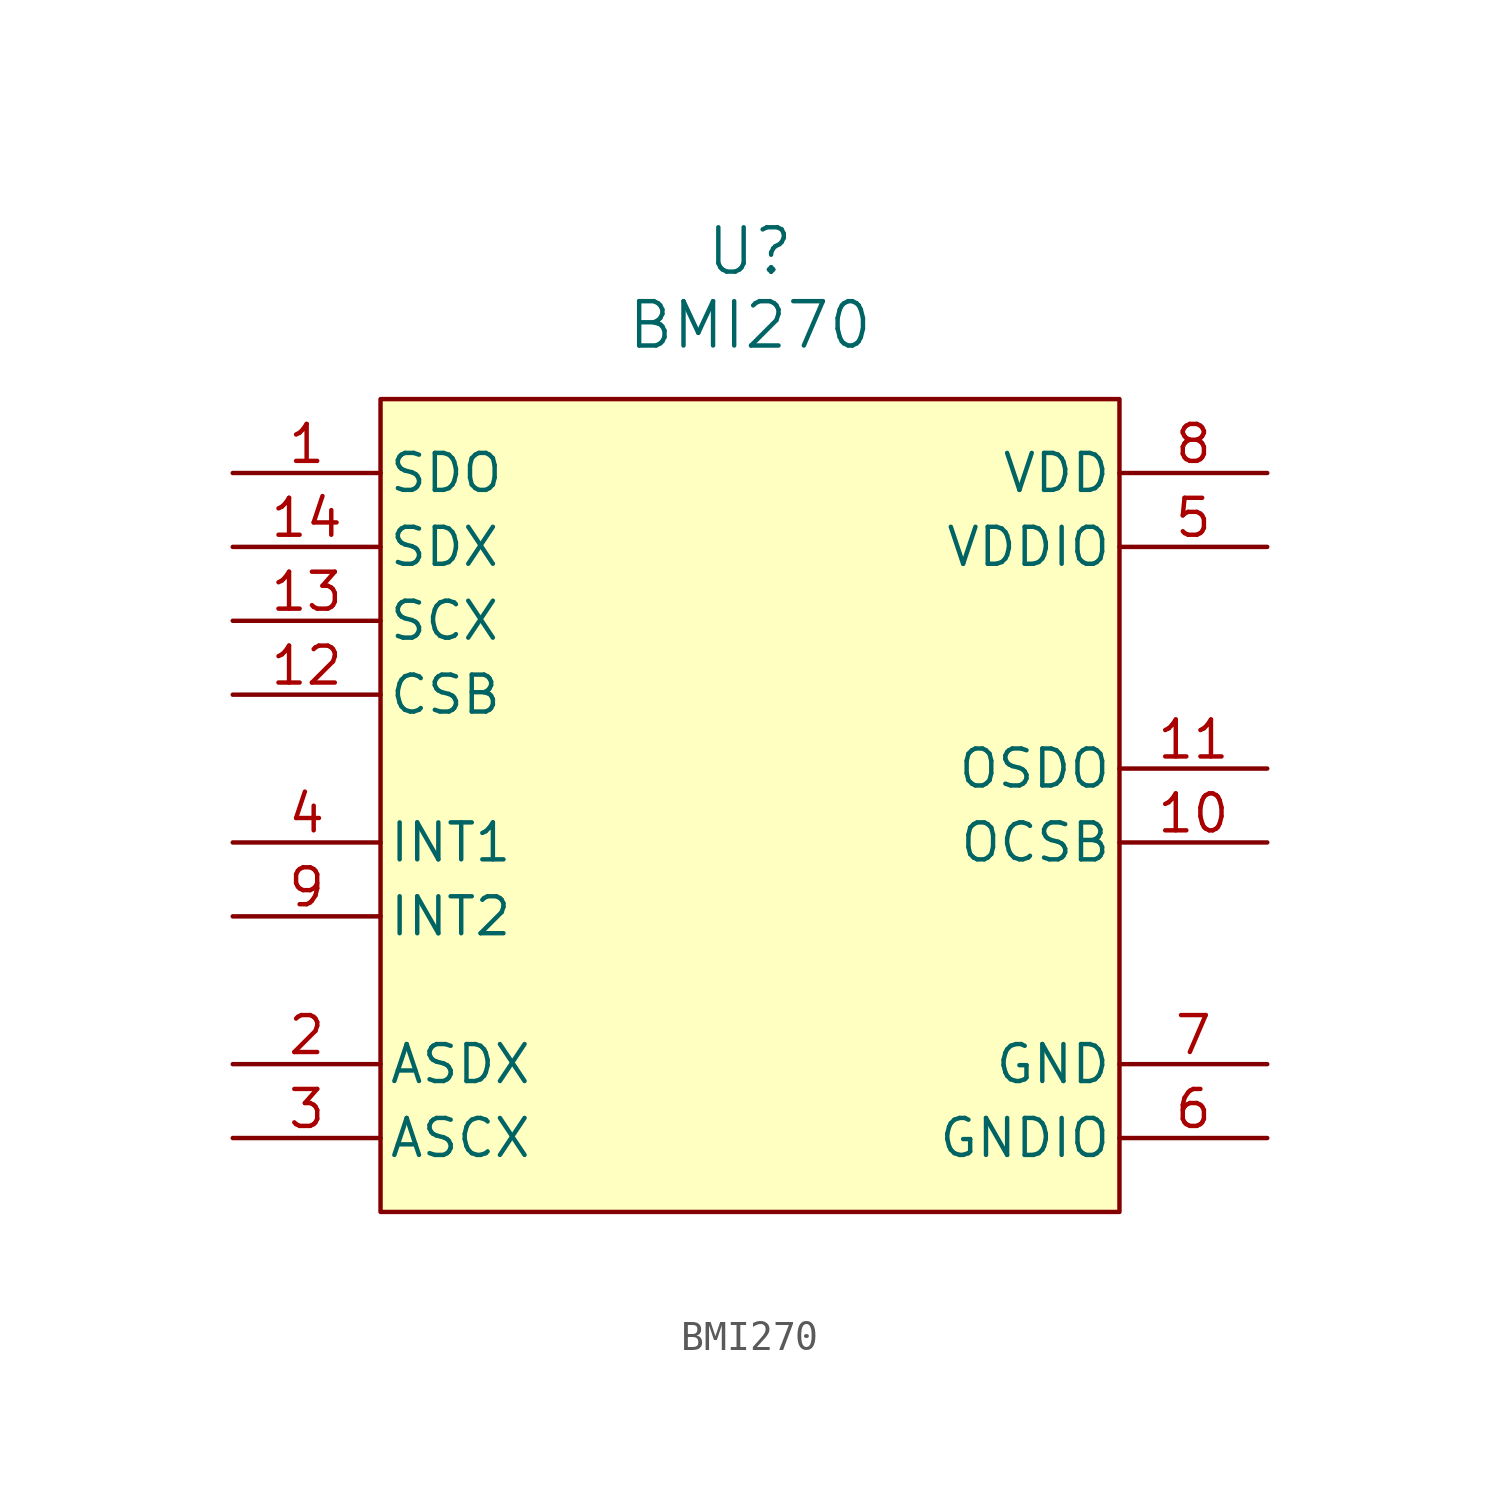
<source format=kicad_sym>
(kicad_symbol_lib
  (version 20220914)
  (generator kicad_symbol_editor)
  (symbol "BMI270"
    (pin_names
      (offset 0.254))
    (property "Reference" "U"
      (at 0 19.05 0)
      (effects (font (size 1.524 1.524))))
    (property "Value" "BMI270"
      (at 0 16.51 0)
      (effects (font (size 1.524 1.524))))
    (symbol "BMI270_0_1"
      (pin bidirectional line (at -17.78 11.43 0) (length 5.08) (name "SDO" (effects (font (size 1.27 1.27)))) (number "1" (effects (font (size 1.27 1.27)))))
      (pin input line (at 17.78 -1.27 180) (length 5.08) (name "OCSB" (effects (font (size 1.27 1.27)))) (number "10" (effects (font (size 1.27 1.27)))))
      (pin output line (at 17.78 1.27 180) (length 5.08) (name "OSDO" (effects (font (size 1.27 1.27)))) (number "11" (effects (font (size 1.27 1.27)))))
      (pin input line (at -17.78 3.81 0) (length 5.08) (name "CSB" (effects (font (size 1.27 1.27)))) (number "12" (effects (font (size 1.27 1.27)))))
      (pin input line (at -17.78 6.35 0) (length 5.08) (name "SCX" (effects (font (size 1.27 1.27)))) (number "13" (effects (font (size 1.27 1.27)))))
      (pin bidirectional line (at -17.78 8.89 0) (length 5.08) (name "SDX" (effects (font (size 1.27 1.27)))) (number "14" (effects (font (size 1.27 1.27)))))
      (pin bidirectional line (at -17.78 -8.89 0) (length 5.08) (name "ASDX" (effects (font (size 1.27 1.27)))) (number "2" (effects (font (size 1.27 1.27)))))
      (pin bidirectional line (at -17.78 -11.43 0) (length 5.08) (name "ASCX" (effects (font (size 1.27 1.27)))) (number "3" (effects (font (size 1.27 1.27)))))
      (pin bidirectional line (at -17.78 -1.27 0) (length 5.08) (name "INT1" (effects (font (size 1.27 1.27)))) (number "4" (effects (font (size 1.27 1.27)))))
      (pin power_in line (at 17.78 8.89 180) (length 5.08) (name "VDDIO" (effects (font (size 1.27 1.27)))) (number "5" (effects (font (size 1.27 1.27)))))
      (pin power_out line (at 17.78 -11.43 180) (length 5.08) (name "GNDIO" (effects (font (size 1.27 1.27)))) (number "6" (effects (font (size 1.27 1.27)))))
      (pin power_out line (at 17.78 -8.89 180) (length 5.08) (name "GND" (effects (font (size 1.27 1.27)))) (number "7" (effects (font (size 1.27 1.27)))))
      (pin power_in line (at 17.78 11.43 180) (length 5.08) (name "VDD" (effects (font (size 1.27 1.27)))) (number "8" (effects (font (size 1.27 1.27)))))
      (pin bidirectional line (at -17.78 -3.81 0) (length 5.08) (name "INT2" (effects (font (size 1.27 1.27)))) (number "9" (effects (font (size 1.27 1.27))))))
    (symbol "BMI270_1_1"
      (rectangle (start -12.7 13.97) (end 12.7 -13.97) (stroke (width 0) (type default)) (fill (type background))))))
</source>
